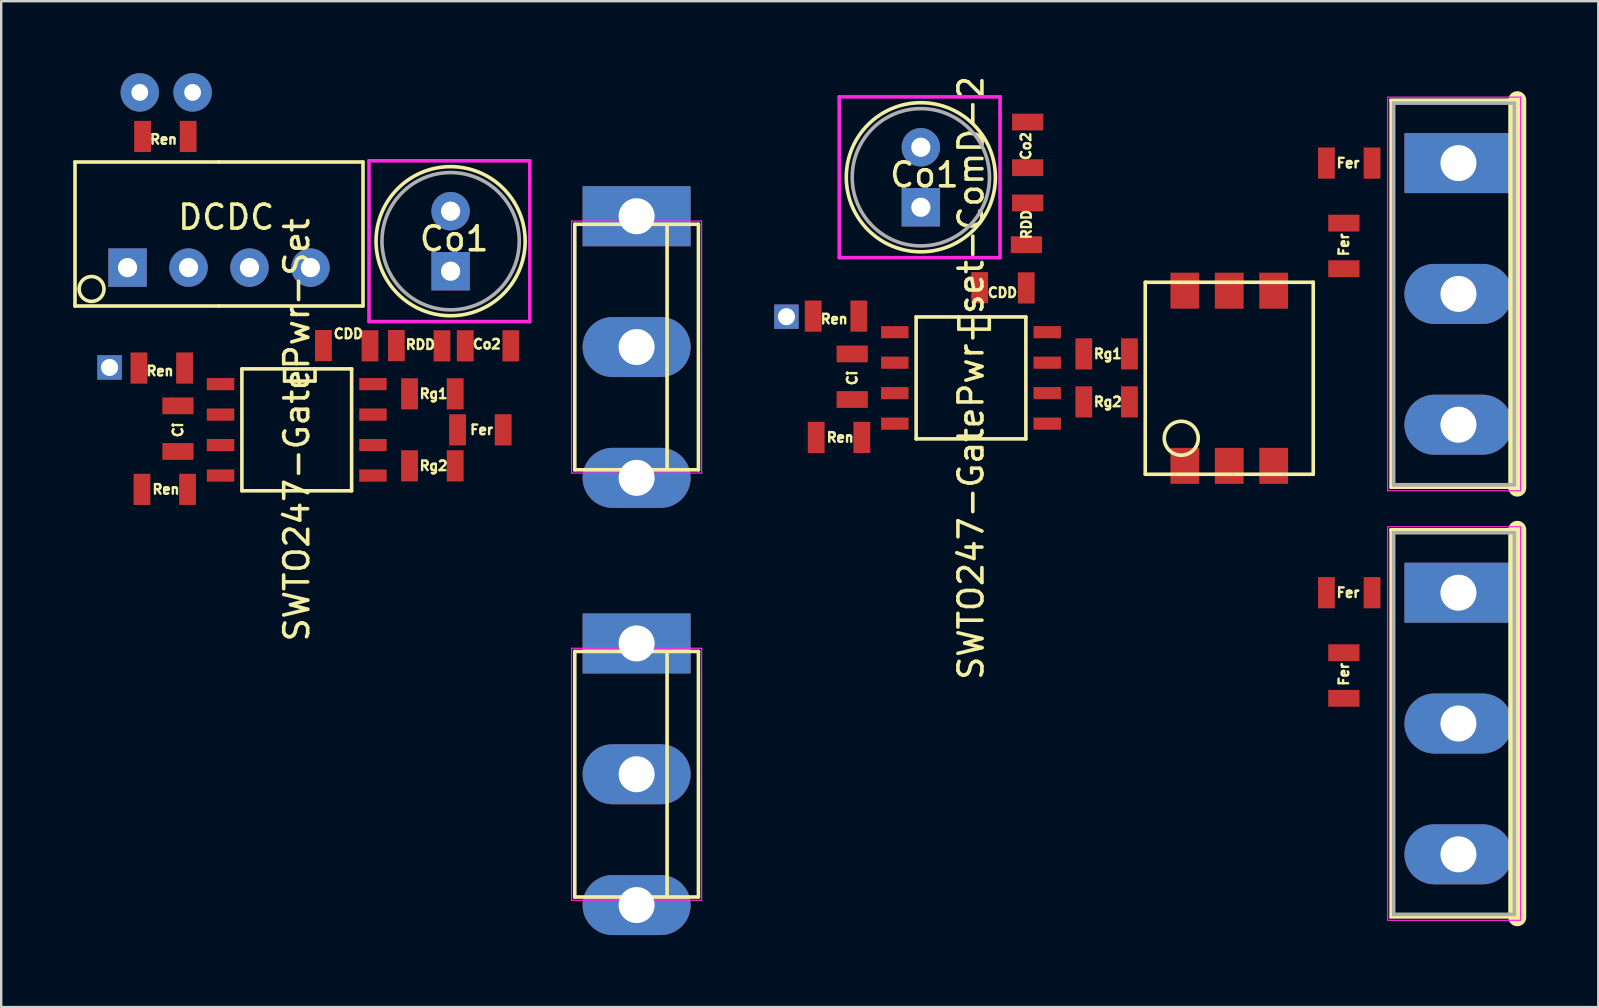
<source format=kicad_pcb>
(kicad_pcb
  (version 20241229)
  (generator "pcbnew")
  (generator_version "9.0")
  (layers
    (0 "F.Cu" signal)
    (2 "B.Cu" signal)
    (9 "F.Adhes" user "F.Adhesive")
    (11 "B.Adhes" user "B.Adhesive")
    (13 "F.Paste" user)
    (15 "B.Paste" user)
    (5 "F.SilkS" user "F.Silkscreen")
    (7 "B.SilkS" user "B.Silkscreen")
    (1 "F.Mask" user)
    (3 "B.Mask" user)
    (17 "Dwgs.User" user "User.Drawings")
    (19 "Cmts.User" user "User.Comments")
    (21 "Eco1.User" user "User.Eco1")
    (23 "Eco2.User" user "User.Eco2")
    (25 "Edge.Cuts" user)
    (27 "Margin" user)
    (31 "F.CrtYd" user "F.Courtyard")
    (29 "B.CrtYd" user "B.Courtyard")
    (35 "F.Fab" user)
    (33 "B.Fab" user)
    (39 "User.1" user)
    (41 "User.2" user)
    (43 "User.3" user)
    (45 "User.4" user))
  (footprint "SWTO247-GatePwr-Set"
    (layer "F.Cu")
    (at 23.475 20.31)
    (property "Reference" "SWTO247-GatePwr-Set" (at -14.16 -5.45 90) (layer "F.SilkS") (effects (font (size 1 1) (thickness 0.15))))
    (attr smd)
    (fp_line (start -23.4 -16.61) (end -17.4 -16.61) (stroke (width 0.15) (type solid)) (layer "F.SilkS"))
    (fp_line (start -23.4 -10.61) (end -23.4 -16.61) (stroke (width 0.15) (type solid)) (layer "F.SilkS"))
    (fp_line (start -17.4 -16.61) (end -11.4 -16.61) (stroke (width 0.15) (type solid)) (layer "F.SilkS"))
    (fp_line (start -17.4 -10.61) (end -23.4 -10.61) (stroke (width 0.15) (type solid)) (layer "F.SilkS"))
    (fp_line (start -16.446 -7.99) (end -11.874 -7.99) (stroke (width 0.15) (type solid)) (layer "F.SilkS"))
    (fp_line (start -16.446 -2.91) (end -16.446 -7.99) (stroke (width 0.15) (type solid)) (layer "F.SilkS"))
    (fp_line (start -14.668 -7.482) (end -14.668 -7.99) (stroke (width 0.15) (type solid)) (layer "F.SilkS"))
    (fp_line (start -13.398 -7.99) (end -13.398 -7.482) (stroke (width 0.15) (type solid)) (layer "F.SilkS"))
    (fp_line (start -13.398 -7.482) (end -14.668 -7.482) (stroke (width 0.15) (type solid)) (layer "F.SilkS"))
    (fp_line (start -11.874 -7.99) (end -11.874 -2.91) (stroke (width 0.15) (type solid)) (layer "F.SilkS"))
    (fp_line (start -11.874 -2.91) (end -16.446 -2.91) (stroke (width 0.15) (type solid)) (layer "F.SilkS"))
    (fp_line (start -11.4 -16.61) (end -11.4 -10.61) (stroke (width 0.15) (type solid)) (layer "F.SilkS"))
    (fp_line (start -11.4 -10.61) (end -17.4 -10.61) (stroke (width 0.15) (type solid)) (layer "F.SilkS"))
    (fp_line (start -2.576 -14.016) (end 2.576 -14.016) (stroke (width 0.15) (type solid)) (layer "F.SilkS"))
    (fp_line (start -2.576 -3.785) (end -2.576 -14.016) (stroke (width 0.15) (type solid)) (layer "F.SilkS"))
    (fp_line (start -2.576 3.784) (end 2.576 3.784) (stroke (width 0.15) (type solid)) (layer "F.SilkS"))
    (fp_line (start -2.576 14.015) (end -2.576 3.784) (stroke (width 0.15) (type solid)) (layer "F.SilkS"))
    (fp_line (start 1.27 -13.98) (end 1.27 -3.82) (stroke (width 0.15) (type solid)) (layer "F.SilkS"))
    (fp_line (start 1.27 3.82) (end 1.27 13.98) (stroke (width 0.15) (type solid)) (layer "F.SilkS"))
    (fp_line (start 2.576 -14.016) (end 2.576 -3.785) (stroke (width 0.15) (type solid)) (layer "F.SilkS"))
    (fp_line (start 2.576 -3.785) (end -2.576 -3.785) (stroke (width 0.15) (type solid)) (layer "F.SilkS"))
    (fp_line (start 2.576 3.784) (end 2.576 14.015) (stroke (width 0.15) (type solid)) (layer "F.SilkS"))
    (fp_line (start 2.576 14.015) (end -2.576 14.015) (stroke (width 0.15) (type solid)) (layer "F.SilkS"))
    (fp_circle (center -22.71 -11.32) (end -22.24 -11.1) (stroke (width 0.15) (type solid)) (fill no) (layer "F.SilkS"))
    (fp_circle (center -7.75 -13.31) (end -10.35 -11.61) (stroke (width 0.15) (type solid)) (fill no) (layer "F.SilkS"))
    (fp_line (start -11.15 -16.66) (end -4.45 -16.66) (stroke (width 0.15) (type solid)) (layer "F.CrtYd"))
    (fp_line (start -11.15 -9.96) (end -11.15 -16.66) (stroke (width 0.15) (type solid)) (layer "F.CrtYd"))
    (fp_line (start -4.45 -15.96) (end -4.45 -16.66) (stroke (width 0.15) (type solid)) (layer "F.CrtYd"))
    (fp_line (start -4.45 -9.96) (end -11.15 -9.96) (stroke (width 0.15) (type solid)) (layer "F.CrtYd"))
    (fp_line (start -4.45 -9.96) (end -4.45 -15.96) (stroke (width 0.15) (type solid)) (layer "F.CrtYd"))
    (fp_line (start -2.71 -14.15) (end -2.71 -3.65) (stroke (width 0.05) (type solid)) (layer "F.CrtYd"))
    (fp_line (start -2.71 -3.65) (end 2.71 -3.65) (stroke (width 0.05) (type solid)) (layer "F.CrtYd"))
    (fp_line (start -2.71 3.65) (end -2.71 14.15) (stroke (width 0.05) (type solid)) (layer "F.CrtYd"))
    (fp_line (start -2.71 14.15) (end 2.71 14.15) (stroke (width 0.05) (type solid)) (layer "F.CrtYd"))
    (fp_line (start 2.71 -14.15) (end -2.71 -14.15) (stroke (width 0.05) (type solid)) (layer "F.CrtYd"))
    (fp_line (start 2.71 -3.65) (end 2.71 -14.15) (stroke (width 0.05) (type solid)) (layer "F.CrtYd"))
    (fp_line (start 2.71 3.65) (end -2.71 3.65) (stroke (width 0.05) (type solid)) (layer "F.CrtYd"))
    (fp_line (start 2.71 14.15) (end 2.71 3.65) (stroke (width 0.05) (type solid)) (layer "F.CrtYd"))
    (fp_circle (center -7.75 -13.31) (end -10.05 -11.61) (stroke (width 0.15) (type solid)) (fill no) (layer "F.Fab"))
    (fp_text user "Ren" (at -19.71 -17.55 0) (layer "F.SilkS") (effects (font (size 0.4 0.4) (thickness 0.1))))
    (fp_text user "DCDC" (at -17.1 -14.31 0) (layer "F.SilkS") (effects (font (size 1 1) (thickness 0.15))))
    (fp_text user "Ren" (at -19.61 -2.97 0) (layer "F.SilkS") (effects (font (size 0.4 0.4) (thickness 0.1))))
    (fp_text user "CDD" (at -12.01 -9.45 0) (layer "F.SilkS") (effects (font (size 0.4 0.4) (thickness 0.1))))
    (fp_text user "Co2" (at -6.24 -9.02 0) (layer "F.SilkS") (effects (font (size 0.4 0.4) (thickness 0.1))))
    (fp_text user "Ren" (at -19.86 -7.9 0) (layer "F.SilkS") (effects (font (size 0.4 0.4) (thickness 0.1))))
    (fp_text user "Rg2" (at -8.46 -3.95 0) (layer "F.SilkS") (effects (font (size 0.4 0.4) (thickness 0.1))))
    (fp_text user "RDD" (at -9.01 -9 0) (layer "F.SilkS") (effects (font (size 0.4 0.4) (thickness 0.1))))
    (fp_text user "Fer" (at -6.46 -5.45 0) (layer "F.SilkS") (effects (font (size 0.4 0.4) (thickness 0.1))))
    (fp_text user "Co1" (at -7.6 -13.41 0) (layer "F.SilkS") (effects (font (size 1 1) (thickness 0.15))))
    (fp_text user "Ci" (at -19.11 -5.45 90) (layer "F.SilkS") (effects (font (size 0.4 0.4) (thickness 0.1))))
    (fp_text user "Rg1" (at -8.46 -6.95 0) (layer "F.SilkS") (effects (font (size 0.4 0.4) (thickness 0.1))))
    (pad "+Vi" smd rect (at -18.685 -17.675) (size 0.7 1.3) (layers "F.Cu" "F.Mask" "F.Paste"))
    (pad "+Vi" thru_hole circle (at -18.67 -12.21 90) (size 1.6 1.6) (drill 0.8) (layers "*.Cu" "*.Mask"))
    (pad "+Vi" thru_hole circle (at -18.5 -19.51) (size 1.6 1.6) (drill 0.7) (layers "*.Cu" "*.Mask"))
    (pad "+Vo" thru_hole circle (at -13.59 -12.21 90) (size 1.6 1.6) (drill 0.8) (layers "*.Cu" "*.Mask"))
    (pad "+Vo" smd rect (at -8.11 -8.95) (size 0.7 1.3) (layers "F.Cu" "F.Mask" "F.Paste"))
    (pad "+Vo" thru_hole rect (at -7.75 -12.06 180) (size 1.6 1.6) (drill 0.8) (layers "*.Cu" "*.Mask"))
    (pad "+Vo" smd rect (at -7.14 -8.95 180) (size 0.7 1.3) (layers "F.Cu" "F.Mask" "F.Paste"))
    (pad "-Vi" thru_hole rect (at -21.21 -12.21 90) (size 1.6 1.6) (drill 0.8) (layers "*.Cu" "*.Mask"))
    (pad "-Vi" thru_hole circle (at -20.7 -19.51) (size 1.6 1.6) (drill 0.7) (layers "*.Cu" "*.Mask"))
    (pad "-Vi" smd rect (at -20.585 -17.675) (size 0.7 1.3) (layers "F.Cu" "F.Mask" "F.Paste"))
    (pad "D" thru_hole oval (at 0 -8.9 180) (size 4.5 2.5) (drill 1.5) (layers "*.Cu" "*.Mask"))
    (pad "D" thru_hole oval (at 0 8.9 180) (size 4.5 2.5) (drill 1.5) (layers "*.Cu" "*.Mask"))
    (pad "EN" smd rect (at -18.71 -2.97) (size 0.7 1.3) (layers "F.Cu" "F.Mask" "F.Paste"))
    (pad "EN" smd rect (at -17.335 -3.545 270) (size 0.508 1.143) (layers "F.Cu" "F.Mask" "F.Paste"))
    (pad "G" smd rect (at -5.56 -5.45) (size 0.7 1.3) (layers "F.Cu" "F.Mask" "F.Paste"))
    (pad "G" thru_hole rect (at 0 -14.35 180) (size 4.5 2.5) (drill 1.5) (layers "*.Cu" "*.Mask"))
    (pad "G" thru_hole rect (at 0 3.45 180) (size 4.5 2.5) (drill 1.5) (layers "*.Cu" "*.Mask"))
    (pad "GNDi" smd rect (at -19.11 -4.55 270) (size 0.7 1.3) (layers "F.Cu" "F.Mask" "F.Paste"))
    (pad "GNDi" smd rect (at -17.335 -4.815 270) (size 0.508 1.143) (layers "F.Cu" "F.Mask" "F.Paste"))
    (pad "S" thru_hole circle (at -16.13 -12.21 90) (size 1.6 1.6) (drill 0.8) (layers "*.Cu" "*.Mask"))
    (pad "S" smd rect (at -13.05 -8.96) (size 0.7 1.3) (layers "F.Cu" "F.Mask" "F.Paste"))
    (pad "S" smd rect (at -10.985 -3.545 270) (size 0.508 1.143) (layers "F.Cu" "F.Mask" "F.Paste"))
    (pad "S" thru_hole circle (at -7.75 -14.56 180) (size 1.6 1.6) (drill 0.8) (layers "*.Cu" "*.Mask"))
    (pad "S" smd rect (at -5.24 -8.95 180) (size 0.7 1.3) (layers "F.Cu" "F.Mask" "F.Paste"))
    (pad "S" thru_hole oval (at 0 -3.45 180) (size 4.5 2.5) (drill 1.5) (layers "*.Cu" "*.Mask"))
    (pad "S" thru_hole oval (at 0 14.35 180) (size 4.5 2.5) (drill 1.5) (layers "*.Cu" "*.Mask"))
    (pad "VDD" smd rect (at -11.11 -8.95) (size 0.7 1.3) (layers "F.Cu" "F.Mask" "F.Paste"))
    (pad "VDD" smd rect (at -10.985 -7.355 270) (size 0.508 1.143) (layers "F.Cu" "F.Mask" "F.Paste"))
    (pad "VDD" smd rect (at -10.01 -8.96) (size 0.7 1.3) (layers "F.Cu" "F.Mask" "F.Paste"))
    (pad "VDDi" smd rect (at -20.61 -2.97) (size 0.7 1.3) (layers "F.Cu" "F.Mask" "F.Paste"))
    (pad "VDDi" smd rect (at -19.11 -6.45 270) (size 0.7 1.3) (layers "F.Cu" "F.Mask" "F.Paste"))
    (pad "VDDi" smd rect (at -17.335 -6.085 270) (size 0.508 1.143) (layers "F.Cu" "F.Mask" "F.Paste"))
    (pad "VI" smd rect (at -18.835 -8.025) (size 0.7 1.3) (layers "F.Cu" "F.Mask" "F.Paste"))
    (pad "VI" smd rect (at -17.335 -7.355 270) (size 0.508 1.143) (layers "F.Cu" "F.Mask" "F.Paste"))
    (pad "Vg" smd rect (at -7.56 -6.95) (size 0.7 1.3) (layers "F.Cu" "F.Mask" "F.Paste"))
    (pad "Vg" smd rect (at -7.56 -3.95) (size 0.7 1.3) (layers "F.Cu" "F.Mask" "F.Paste"))
    (pad "Vg" smd rect (at -7.46 -5.45) (size 0.7 1.3) (layers "F.Cu" "F.Mask" "F.Paste"))
    (pad "Vg+" smd rect (at -10.985 -6.085 270) (size 0.508 1.143) (layers "F.Cu" "F.Mask" "F.Paste"))
    (pad "Vg+" smd rect (at -9.46 -6.95) (size 0.7 1.3) (layers "F.Cu" "F.Mask" "F.Paste"))
    (pad "Vg-" smd rect (at -10.985 -4.815 270) (size 0.508 1.143) (layers "F.Cu" "F.Mask" "F.Paste"))
    (pad "Vg-" smd rect (at -9.46 -3.95) (size 0.7 1.3) (layers "F.Cu" "F.Mask" "F.Paste"))
    (pad "Vsig" thru_hole rect (at -21.96 -8.05 270) (size 1.016 1.016) (drill 0.711) (layers "*.Cu" "*.Mask"))
    (pad "Vsig" smd rect (at -20.735 -8.025) (size 0.7 1.3) (layers "F.Cu" "F.Mask" "F.Paste")))
  (footprint "SWTO247-GatePwr-set-ComD-2"
    (layer "F.Cu")
    (at 57.718 18.146)
    (property "Reference" "SWTO247-GatePwr-set-ComD-2" (at -20.31 -5.45 90) (layer "F.SilkS") (effects (font (size 1 1) (thickness 0.15))))
    (attr smd)
    (fp_line (start -22.596 -7.99) (end -18.024 -7.99) (stroke (width 0.15) (type solid)) (layer "F.SilkS"))
    (fp_line (start -22.596 -2.91) (end -22.596 -7.99) (stroke (width 0.15) (type solid)) (layer "F.SilkS"))
    (fp_line (start -20.818 -7.482) (end -20.818 -7.99) (stroke (width 0.15) (type solid)) (layer "F.SilkS"))
    (fp_line (start -19.548 -7.99) (end -19.548 -7.482) (stroke (width 0.15) (type solid)) (layer "F.SilkS"))
    (fp_line (start -19.548 -7.482) (end -20.818 -7.482) (stroke (width 0.15) (type solid)) (layer "F.SilkS"))
    (fp_line (start -18.024 -7.99) (end -18.024 -2.91) (stroke (width 0.15) (type solid)) (layer "F.SilkS"))
    (fp_line (start -18.024 -2.91) (end -22.596 -2.91) (stroke (width 0.15) (type solid)) (layer "F.SilkS"))
    (fp_line (start -13.05 -9.435) (end -6.05 -9.435) (stroke (width 0.15) (type solid)) (layer "F.SilkS"))
    (fp_line (start -13.05 -1.435) (end -13.05 -9.435) (stroke (width 0.15) (type solid)) (layer "F.SilkS"))
    (fp_line (start -6.05 -9.435) (end -6.05 -1.435) (stroke (width 0.15) (type solid)) (layer "F.SilkS"))
    (fp_line (start -6.05 -1.435) (end -13.05 -1.435) (stroke (width 0.15) (type solid)) (layer "F.SilkS"))
    (fp_line (start -2.82 -17.02) (end -2.82 -0.88) (stroke (width 0.12) (type solid)) (layer "F.SilkS"))
    (fp_line (start -2.82 0.88) (end -2.82 17.02) (stroke (width 0.12) (type solid)) (layer "F.SilkS"))
    (fp_line (start 2.451 -17.02) (end -2.82 -17.02) (stroke (width 0.15) (type solid)) (layer "F.SilkS"))
    (fp_line (start 2.451 -17.02) (end 2.451 -0.88) (stroke (width 0.75) (type solid)) (layer "F.SilkS"))
    (fp_line (start 2.451 -0.88) (end -2.82 -0.88) (stroke (width 0.12) (type solid)) (layer "F.SilkS"))
    (fp_line (start 2.451 0.88) (end -2.82 0.88) (stroke (width 0.15) (type solid)) (layer "F.SilkS"))
    (fp_line (start 2.451 0.88) (end 2.451 17.02) (stroke (width 0.75) (type solid)) (layer "F.SilkS"))
    (fp_line (start 2.451 17.02) (end -2.82 17.02) (stroke (width 0.12) (type solid)) (layer "F.SilkS"))
    (fp_circle (center -22.4 -13.81) (end -25 -12.11) (stroke (width 0.15) (type solid)) (fill no) (layer "F.SilkS"))
    (fp_circle (center -11.55 -2.935) (end -12.05 -2.435) (stroke (width 0.15) (type solid)) (fill no) (layer "F.SilkS"))
    (fp_line (start -25.8 -17.16) (end -19.1 -17.16) (stroke (width 0.15) (type solid)) (layer "F.CrtYd"))
    (fp_line (start -25.8 -10.46) (end -25.8 -17.16) (stroke (width 0.15) (type solid)) (layer "F.CrtYd"))
    (fp_line (start -19.1 -16.46) (end -19.1 -17.16) (stroke (width 0.15) (type solid)) (layer "F.CrtYd"))
    (fp_line (start -19.1 -10.46) (end -25.8 -10.46) (stroke (width 0.15) (type solid)) (layer "F.CrtYd"))
    (fp_line (start -19.1 -10.46) (end -19.1 -16.46) (stroke (width 0.15) (type solid)) (layer "F.CrtYd"))
    (fp_line (start -2.95 -17.15) (end -2.95 -0.75) (stroke (width 0.05) (type solid)) (layer "F.CrtYd"))
    (fp_line (start -2.95 -0.75) (end 2.59 -0.75) (stroke (width 0.05) (type solid)) (layer "F.CrtYd"))
    (fp_line (start -2.95 0.75) (end -2.95 17.15) (stroke (width 0.05) (type solid)) (layer "F.CrtYd"))
    (fp_line (start -2.95 17.15) (end 2.59 17.15) (stroke (width 0.05) (type solid)) (layer "F.CrtYd"))
    (fp_line (start 2.59 -17.15) (end -2.95 -17.15) (stroke (width 0.05) (type solid)) (layer "F.CrtYd"))
    (fp_line (start 2.59 -0.75) (end 2.59 -17.15) (stroke (width 0.05) (type solid)) (layer "F.CrtYd"))
    (fp_line (start 2.59 0.75) (end -2.95 0.75) (stroke (width 0.05) (type solid)) (layer "F.CrtYd"))
    (fp_line (start 2.59 17.15) (end 2.59 0.75) (stroke (width 0.05) (type solid)) (layer "F.CrtYd"))
    (fp_line (start -2.7 -16.9) (end -2.7 -1) (stroke (width 0.15) (type solid)) (layer "F.Fab"))
    (fp_line (start -2.7 -1) (end 2.33 -1) (stroke (width 0.15) (type solid)) (layer "F.Fab"))
    (fp_line (start -2.7 1) (end -2.7 16.9) (stroke (width 0.15) (type solid)) (layer "F.Fab"))
    (fp_line (start -2.7 16.9) (end 2.33 16.9) (stroke (width 0.15) (type solid)) (layer "F.Fab"))
    (fp_line (start 2.33 -16.9) (end -2.7 -16.9) (stroke (width 0.15) (type solid)) (layer "F.Fab"))
    (fp_line (start 2.33 -1) (end 2.33 -16.9) (stroke (width 0.15) (type solid)) (layer "F.Fab"))
    (fp_line (start 2.33 1) (end -2.7 1) (stroke (width 0.15) (type solid)) (layer "F.Fab"))
    (fp_line (start 2.33 16.9) (end 2.33 1) (stroke (width 0.15) (type solid)) (layer "F.Fab"))
    (fp_circle (center -22.4 -13.81) (end -24.7 -12.11) (stroke (width 0.15) (type solid)) (fill no) (layer "F.Fab"))
    (fp_text user "Ren" (at -25.76 -2.97 0) (layer "F.SilkS") (effects (font (size 0.4 0.4) (thickness 0.1))))
    (fp_text user "Rg2" (at -14.61 -4.45 0) (layer "F.SilkS") (effects (font (size 0.4 0.4) (thickness 0.1))))
    (fp_text user "Ci" (at -25.26 -5.45 90) (layer "F.SilkS") (effects (font (size 0.4 0.4) (thickness 0.1))))
    (fp_text user "RDD" (at -18 -11.84 90) (layer "F.SilkS") (effects (font (size 0.4 0.4) (thickness 0.1))))
    (fp_text user "Ren" (at -26.01 -7.9 0) (layer "F.SilkS") (effects (font (size 0.4 0.4) (thickness 0.1))))
    (fp_text user "Fer" (at -4.775 6.9 90) (layer "F.SilkS") (effects (font (size 0.4 0.4) (thickness 0.1))))
    (fp_text user "Rg1" (at -14.61 -6.45 0) (layer "F.SilkS") (effects (font (size 0.4 0.4) (thickness 0.1))))
    (fp_text user "Co2" (at -18.02 -15.11 90) (layer "F.SilkS") (effects (font (size 0.4 0.4) (thickness 0.1))))
    (fp_text user "Fer" (at -4.6 -14.4 180) (layer "F.SilkS") (effects (font (size 0.4 0.4) (thickness 0.1))))
    (fp_text user "Fer" (at -4.775 -11 90) (layer "F.SilkS") (effects (font (size 0.4 0.4) (thickness 0.1))))
    (fp_text user "Fer" (at -4.6 3.5 180) (layer "F.SilkS") (effects (font (size 0.4 0.4) (thickness 0.1))))
    (fp_text user "Co1" (at -22.25 -13.91 0) (layer "F.SilkS") (effects (font (size 1 1) (thickness 0.15))))
    (fp_text user "CDD" (at -19 -9 0) (layer "F.SilkS") (effects (font (size 0.4 0.4) (thickness 0.1))))
    (pad "+Vo" thru_hole rect (at -22.4 -12.56 180) (size 1.6 1.6) (drill 0.8) (layers "*.Cu" "*.Mask"))
    (pad "+Vo" smd rect (at -17.95 -14.21 270) (size 0.7 1.3) (layers "F.Cu" "F.Mask" "F.Paste"))
    (pad "+Vo" smd rect (at -17.95 -12.74 90) (size 0.7 1.3) (layers "F.Cu" "F.Mask" "F.Paste"))
    (pad "1" smd rect (at -13.71 -6.45) (size 0.7 1.3) (layers "F.Cu" "F.Mask" "F.Paste"))
    (pad "1" smd rect (at -13.71 -4.45) (size 0.7 1.3) (layers "F.Cu" "F.Mask" "F.Paste"))
    (pad "1" smd rect (at -11.4 -1.785 270) (size 1.5 1.2) (layers "F.Cu" "F.Mask" "F.Paste"))
    (pad "2" smd rect (at -9.55 -1.785 270) (size 1.5 1.2) (layers "F.Cu" "F.Mask" "F.Paste"))
    (pad "2" smd rect (at -5.5 -14.4 180) (size 0.7 1.3) (layers "F.Cu" "F.Mask" "F.Paste"))
    (pad "2" smd rect (at -4.775 -11.9 90) (size 0.7 1.3) (layers "F.Cu" "F.Mask" "F.Paste"))
    (pad "3" smd rect (at -19.95 -9.21) (size 0.7 1.3) (layers "F.Cu" "F.Mask" "F.Paste"))
    (pad "3" smd rect (at -7.7 -1.785 270) (size 1.5 1.2) (layers "F.Cu" "F.Mask" "F.Paste"))
    (pad "3" smd rect (at -5.5 3.5 180) (size 0.7 1.3) (layers "F.Cu" "F.Mask" "F.Paste"))
    (pad "6" thru_hole circle (at -22.4 -15.06 180) (size 1.6 1.6) (drill 0.8) (layers "*.Cu" "*.Mask"))
    (pad "6" smd rect (at -17.95 -16.11 270) (size 0.7 1.3) (layers "F.Cu" "F.Mask" "F.Paste"))
    (pad "6" smd rect (at -17.135 -3.545 270) (size 0.508 1.143) (layers "F.Cu" "F.Mask" "F.Paste"))
    (pad "6" smd rect (at -11.4 -9.085 270) (size 1.5 1.2) (layers "F.Cu" "F.Mask" "F.Paste"))
    (pad "6" smd rect (at -4.775 6 90) (size 0.7 1.3) (layers "F.Cu" "F.Mask" "F.Paste"))
    (pad "D" thru_hole oval (at 0 -8.95 180) (size 4.5 2.5) (drill 1.5) (layers "*.Cu" "*.Mask"))
    (pad "D" thru_hole oval (at 0 8.95 180) (size 4.5 2.5) (drill 1.5) (layers "*.Cu" "*.Mask"))
    (pad "EN" smd rect (at -24.86 -2.97) (size 0.7 1.3) (layers "F.Cu" "F.Mask" "F.Paste"))
    (pad "EN" smd rect (at -23.485 -3.545 270) (size 0.508 1.143) (layers "F.Cu" "F.Mask" "F.Paste"))
    (pad "GNDi" smd rect (at -25.26 -4.55 270) (size 0.7 1.3) (layers "F.Cu" "F.Mask" "F.Paste"))
    (pad "GNDi" smd rect (at -23.485 -4.815 270) (size 0.508 1.143) (layers "F.Cu" "F.Mask" "F.Paste"))
    (pad "Ga" smd rect (at -3.6 -14.4 180) (size 0.7 1.3) (layers "F.Cu" "F.Mask" "F.Paste"))
    (pad "Ga" thru_hole rect (at 0 -14.4 180) (size 4.5 2.5) (drill 1.5) (layers "*.Cu" "*.Mask"))
    (pad "Gb" smd rect (at -3.6 3.5 180) (size 0.7 1.3) (layers "F.Cu" "F.Mask" "F.Paste"))
    (pad "Gb" thru_hole rect (at 0 3.5 180) (size 4.5 2.5) (drill 1.5) (layers "*.Cu" "*.Mask"))
    (pad "Sa" smd rect (at -9.55 -9.085 270) (size 1.5 1.2) (layers "F.Cu" "F.Mask" "F.Paste"))
    (pad "Sa" smd rect (at -4.775 -10 90) (size 0.7 1.3) (layers "F.Cu" "F.Mask" "F.Paste"))
    (pad "Sa" thru_hole oval (at 0 -3.5 180) (size 4.5 2.5) (drill 1.5) (layers "*.Cu" "*.Mask"))
    (pad "Sb" smd rect (at -7.7 -9.085 270) (size 1.5 1.2) (layers "F.Cu" "F.Mask" "F.Paste"))
    (pad "Sb" smd rect (at -4.775 7.9 90) (size 0.7 1.3) (layers "F.Cu" "F.Mask" "F.Paste"))
    (pad "Sb" thru_hole oval (at 0 14.4 180) (size 4.5 2.5) (drill 1.5) (layers "*.Cu" "*.Mask"))
    (pad "VDD" smd rect (at -18.01 -9.2) (size 0.7 1.3) (layers "F.Cu" "F.Mask" "F.Paste"))
    (pad "VDD" smd rect (at -18 -11 90) (size 0.7 1.3) (layers "F.Cu" "F.Mask" "F.Paste"))
    (pad "VDD" smd rect (at -17.135 -7.355 270) (size 0.508 1.143) (layers "F.Cu" "F.Mask" "F.Paste"))
    (pad "VDDi" smd rect (at -26.76 -2.97) (size 0.7 1.3) (layers "F.Cu" "F.Mask" "F.Paste"))
    (pad "VDDi" smd rect (at -25.26 -6.45 270) (size 0.7 1.3) (layers "F.Cu" "F.Mask" "F.Paste"))
    (pad "VDDi" smd rect (at -23.485 -6.085 270) (size 0.508 1.143) (layers "F.Cu" "F.Mask" "F.Paste"))
    (pad "VI" smd rect (at -24.985 -8.025) (size 0.7 1.3) (layers "F.Cu" "F.Mask" "F.Paste"))
    (pad "VI" smd rect (at -23.485 -7.355 270) (size 0.508 1.143) (layers "F.Cu" "F.Mask" "F.Paste"))
    (pad "Vg+" smd rect (at -17.135 -6.085 270) (size 0.508 1.143) (layers "F.Cu" "F.Mask" "F.Paste"))
    (pad "Vg+" smd rect (at -15.61 -6.45) (size 0.7 1.3) (layers "F.Cu" "F.Mask" "F.Paste"))
    (pad "Vg-" smd rect (at -17.135 -4.815 270) (size 0.508 1.143) (layers "F.Cu" "F.Mask" "F.Paste"))
    (pad "Vg-" smd rect (at -15.61 -4.45) (size 0.7 1.3) (layers "F.Cu" "F.Mask" "F.Paste"))
    (pad "Vsig" thru_hole rect (at -28 -8 270) (size 1.016 1.016) (drill 0.711) (layers "*.Cu" "*.Mask"))
    (pad "Vsig" smd rect (at -26.885 -8.025) (size 0.7 1.3) (layers "F.Cu" "F.Mask" "F.Paste")))
  (gr_rect
    (start -3 -3)
    (end 63.544 38.91)
    (stroke (width 0.1) (type default))
    (fill no)
    (layer "Edge.Cuts")))
</source>
